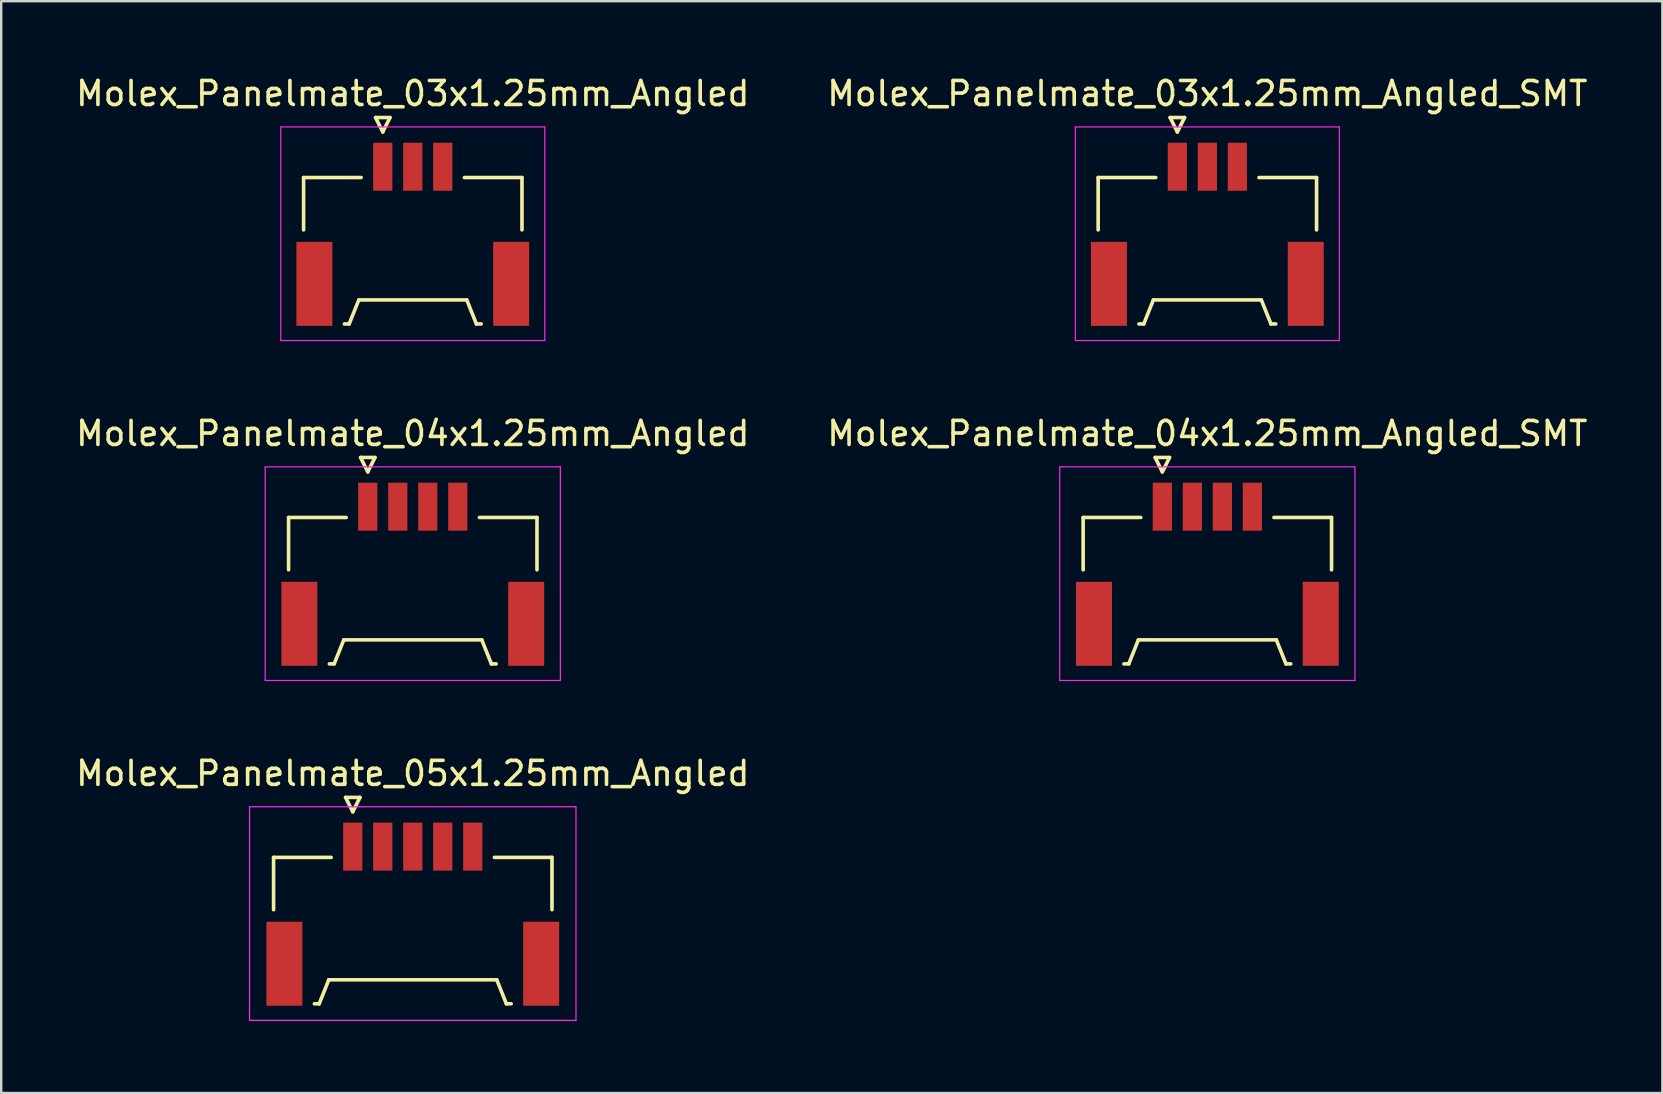
<source format=kicad_pcb>
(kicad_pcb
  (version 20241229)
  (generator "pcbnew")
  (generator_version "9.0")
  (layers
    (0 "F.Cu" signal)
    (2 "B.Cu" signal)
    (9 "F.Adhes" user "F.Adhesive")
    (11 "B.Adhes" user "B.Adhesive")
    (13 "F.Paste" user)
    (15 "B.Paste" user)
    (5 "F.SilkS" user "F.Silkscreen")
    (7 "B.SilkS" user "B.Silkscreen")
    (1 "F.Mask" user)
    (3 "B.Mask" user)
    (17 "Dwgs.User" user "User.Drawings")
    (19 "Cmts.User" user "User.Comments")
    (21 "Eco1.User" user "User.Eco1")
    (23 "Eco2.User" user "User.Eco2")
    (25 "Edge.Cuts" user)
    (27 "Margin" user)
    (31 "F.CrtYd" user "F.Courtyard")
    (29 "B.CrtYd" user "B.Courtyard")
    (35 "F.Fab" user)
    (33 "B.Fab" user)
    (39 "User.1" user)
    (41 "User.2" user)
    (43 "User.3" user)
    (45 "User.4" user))
  (footprint "Molex_Panelmate_03x1.25mm_Angled"
    (layer "F.Cu")
    (at 14.149 6.338)
    (property "Reference" "Molex_Panelmate_03x1.25mm_Angled" (at 0 -5.49 0) (layer "F.SilkS") (effects (font (size 1 1) (thickness 0.15))))
    (attr smd)
    (fp_line (start -4.55 -1.99) (end -4.55 0.19) (stroke (width 0.15) (type solid)) (layer "F.SilkS"))
    (fp_line (start -2.85 4.11) (end -2.65 4.11) (stroke (width 0.15) (type solid)) (layer "F.SilkS"))
    (fp_line (start -2.65 4.11) (end -2.25 3.11) (stroke (width 0.15) (type solid)) (layer "F.SilkS"))
    (fp_line (start -2.25 3.11) (end 2.25 3.11) (stroke (width 0.15) (type solid)) (layer "F.SilkS"))
    (fp_line (start -2.15 -1.99) (end -4.55 -1.99) (stroke (width 0.15) (type solid)) (layer "F.SilkS"))
    (fp_line (start -1.55 -4.49) (end -1.25 -3.89) (stroke (width 0.15) (type solid)) (layer "F.SilkS"))
    (fp_line (start -1.25 -3.89) (end -0.95 -4.49) (stroke (width 0.15) (type solid)) (layer "F.SilkS"))
    (fp_line (start -0.95 -4.49) (end -1.55 -4.49) (stroke (width 0.15) (type solid)) (layer "F.SilkS"))
    (fp_line (start 2.15 -1.99) (end 4.55 -1.99) (stroke (width 0.15) (type solid)) (layer "F.SilkS"))
    (fp_line (start 2.25 3.11) (end 2.65 4.11) (stroke (width 0.15) (type solid)) (layer "F.SilkS"))
    (fp_line (start 2.65 4.11) (end 2.85 4.11) (stroke (width 0.15) (type solid)) (layer "F.SilkS"))
    (fp_line (start 4.55 -1.99) (end 4.55 0.19) (stroke (width 0.15) (type solid)) (layer "F.SilkS"))
    (fp_line (start -5.5 -4.1) (end -5.5 4.8) (stroke (width 0.05) (type solid)) (layer "F.CrtYd"))
    (fp_line (start -5.5 4.8) (end 5.5 4.8) (stroke (width 0.05) (type solid)) (layer "F.CrtYd"))
    (fp_line (start 5.5 -4.1) (end -5.5 -4.1) (stroke (width 0.05) (type solid)) (layer "F.CrtYd"))
    (fp_line (start 5.5 4.8) (end 5.5 -4.1) (stroke (width 0.05) (type solid)) (layer "F.CrtYd"))
    (pad "" smd rect (at -4.1 2.44) (size 1.5 3.5) (layers "F.Cu" "F.Mask" "F.Paste"))
    (pad "" smd rect (at 4.1 2.44) (size 1.5 3.5) (layers "F.Cu" "F.Mask" "F.Paste"))
    (pad "1" smd rect (at -1.25 -2.44) (size 0.8 2) (layers "F.Cu" "F.Mask" "F.Paste"))
    (pad "2" smd rect (at 0 -2.44) (size 0.8 2) (layers "F.Cu" "F.Mask" "F.Paste"))
    (pad "3" smd rect (at 1.25 -2.44) (size 0.8 2) (layers "F.Cu" "F.Mask" "F.Paste")))
  (footprint "Molex_Panelmate_04x1.25mm_Angled"
    (layer "F.Cu")
    (at 14.149 20.502)
    (property "Reference" "Molex_Panelmate_04x1.25mm_Angled" (at 0 -5.49 0) (layer "F.SilkS") (effects (font (size 1 1) (thickness 0.15))))
    (attr smd)
    (fp_line (start -5.175 -1.99) (end -5.175 0.19) (stroke (width 0.15) (type solid)) (layer "F.SilkS"))
    (fp_line (start -3.475 4.11) (end -3.275 4.11) (stroke (width 0.15) (type solid)) (layer "F.SilkS"))
    (fp_line (start -3.275 4.11) (end -2.875 3.11) (stroke (width 0.15) (type solid)) (layer "F.SilkS"))
    (fp_line (start -2.875 3.11) (end 2.875 3.11) (stroke (width 0.15) (type solid)) (layer "F.SilkS"))
    (fp_line (start -2.775 -1.99) (end -5.175 -1.99) (stroke (width 0.15) (type solid)) (layer "F.SilkS"))
    (fp_line (start -2.175 -4.49) (end -1.875 -3.89) (stroke (width 0.15) (type solid)) (layer "F.SilkS"))
    (fp_line (start -1.875 -3.89) (end -1.575 -4.49) (stroke (width 0.15) (type solid)) (layer "F.SilkS"))
    (fp_line (start -1.575 -4.49) (end -2.175 -4.49) (stroke (width 0.15) (type solid)) (layer "F.SilkS"))
    (fp_line (start 2.775 -1.99) (end 5.175 -1.99) (stroke (width 0.15) (type solid)) (layer "F.SilkS"))
    (fp_line (start 2.875 3.11) (end 3.275 4.11) (stroke (width 0.15) (type solid)) (layer "F.SilkS"))
    (fp_line (start 3.275 4.11) (end 3.475 4.11) (stroke (width 0.15) (type solid)) (layer "F.SilkS"))
    (fp_line (start 5.175 -1.99) (end 5.175 0.19) (stroke (width 0.15) (type solid)) (layer "F.SilkS"))
    (fp_line (start -6.15 -4.1) (end -6.15 4.8) (stroke (width 0.05) (type solid)) (layer "F.CrtYd"))
    (fp_line (start -6.15 4.8) (end 6.15 4.8) (stroke (width 0.05) (type solid)) (layer "F.CrtYd"))
    (fp_line (start 6.15 -4.1) (end -6.15 -4.1) (stroke (width 0.05) (type solid)) (layer "F.CrtYd"))
    (fp_line (start 6.15 4.8) (end 6.15 -4.1) (stroke (width 0.05) (type solid)) (layer "F.CrtYd"))
    (pad "" smd rect (at -4.725 2.44) (size 1.5 3.5) (layers "F.Cu" "F.Mask" "F.Paste"))
    (pad "" smd rect (at 4.725 2.44) (size 1.5 3.5) (layers "F.Cu" "F.Mask" "F.Paste"))
    (pad "1" smd rect (at -1.875 -2.44) (size 0.8 2) (layers "F.Cu" "F.Mask" "F.Paste"))
    (pad "2" smd rect (at -0.625 -2.44) (size 0.8 2) (layers "F.Cu" "F.Mask" "F.Paste"))
    (pad "3" smd rect (at 0.625 -2.44) (size 0.8 2) (layers "F.Cu" "F.Mask" "F.Paste"))
    (pad "4" smd rect (at 1.875 -2.44) (size 0.8 2) (layers "F.Cu" "F.Mask" "F.Paste")))
  (footprint "Molex_Panelmate_05x1.25mm_Angled"
    (layer "F.Cu")
    (at 14.149 34.665)
    (property "Reference" "Molex_Panelmate_05x1.25mm_Angled" (at 0 -5.49 0) (layer "F.SilkS") (effects (font (size 1 1) (thickness 0.15))))
    (attr smd)
    (fp_line (start -5.8 -1.99) (end -5.8 0.19) (stroke (width 0.15) (type solid)) (layer "F.SilkS"))
    (fp_line (start -4.1 4.11) (end -3.9 4.11) (stroke (width 0.15) (type solid)) (layer "F.SilkS"))
    (fp_line (start -3.9 4.11) (end -3.5 3.11) (stroke (width 0.15) (type solid)) (layer "F.SilkS"))
    (fp_line (start -3.5 3.11) (end 3.5 3.11) (stroke (width 0.15) (type solid)) (layer "F.SilkS"))
    (fp_line (start -3.4 -1.99) (end -5.8 -1.99) (stroke (width 0.15) (type solid)) (layer "F.SilkS"))
    (fp_line (start -2.8 -4.49) (end -2.5 -3.89) (stroke (width 0.15) (type solid)) (layer "F.SilkS"))
    (fp_line (start -2.5 -3.89) (end -2.2 -4.49) (stroke (width 0.15) (type solid)) (layer "F.SilkS"))
    (fp_line (start -2.2 -4.49) (end -2.8 -4.49) (stroke (width 0.15) (type solid)) (layer "F.SilkS"))
    (fp_line (start 3.4 -1.99) (end 5.8 -1.99) (stroke (width 0.15) (type solid)) (layer "F.SilkS"))
    (fp_line (start 3.5 3.11) (end 3.9 4.11) (stroke (width 0.15) (type solid)) (layer "F.SilkS"))
    (fp_line (start 3.9 4.11) (end 4.1 4.11) (stroke (width 0.15) (type solid)) (layer "F.SilkS"))
    (fp_line (start 5.8 -1.99) (end 5.8 0.19) (stroke (width 0.15) (type solid)) (layer "F.SilkS"))
    (fp_line (start -6.8 -4.1) (end -6.8 4.8) (stroke (width 0.05) (type solid)) (layer "F.CrtYd"))
    (fp_line (start -6.8 4.8) (end 6.8 4.8) (stroke (width 0.05) (type solid)) (layer "F.CrtYd"))
    (fp_line (start 6.8 -4.1) (end -6.8 -4.1) (stroke (width 0.05) (type solid)) (layer "F.CrtYd"))
    (fp_line (start 6.8 4.8) (end 6.8 -4.1) (stroke (width 0.05) (type solid)) (layer "F.CrtYd"))
    (pad "" smd rect (at -5.35 2.44) (size 1.5 3.5) (layers "F.Cu" "F.Mask" "F.Paste"))
    (pad "" smd rect (at 5.35 2.44) (size 1.5 3.5) (layers "F.Cu" "F.Mask" "F.Paste"))
    (pad "1" smd rect (at -2.5 -2.44) (size 0.8 2) (layers "F.Cu" "F.Mask" "F.Paste"))
    (pad "2" smd rect (at -1.25 -2.44) (size 0.8 2) (layers "F.Cu" "F.Mask" "F.Paste"))
    (pad "3" smd rect (at 0 -2.44) (size 0.8 2) (layers "F.Cu" "F.Mask" "F.Paste"))
    (pad "4" smd rect (at 1.25 -2.44) (size 0.8 2) (layers "F.Cu" "F.Mask" "F.Paste"))
    (pad "5" smd rect (at 2.5 -2.44) (size 0.8 2) (layers "F.Cu" "F.Mask" "F.Paste")))
  (footprint "Molex_Panelmate_04x1.25mm_Angled_SMT"
    (layer "F.Cu")
    (at 47.256 20.502)
    (property "Reference" "Molex_Panelmate_04x1.25mm_Angled_SMT" (at 0 -5.49 0) (layer "F.SilkS") (effects (font (size 1 1) (thickness 0.15))))
    (attr smd)
    (fp_line (start -5.175 -1.99) (end -5.175 0.19) (stroke (width 0.15) (type solid)) (layer "F.SilkS"))
    (fp_line (start -3.475 4.11) (end -3.275 4.11) (stroke (width 0.15) (type solid)) (layer "F.SilkS"))
    (fp_line (start -3.275 4.11) (end -2.875 3.11) (stroke (width 0.15) (type solid)) (layer "F.SilkS"))
    (fp_line (start -2.875 3.11) (end 2.875 3.11) (stroke (width 0.15) (type solid)) (layer "F.SilkS"))
    (fp_line (start -2.775 -1.99) (end -5.175 -1.99) (stroke (width 0.15) (type solid)) (layer "F.SilkS"))
    (fp_line (start -2.175 -4.49) (end -1.875 -3.89) (stroke (width 0.15) (type solid)) (layer "F.SilkS"))
    (fp_line (start -1.875 -3.89) (end -1.575 -4.49) (stroke (width 0.15) (type solid)) (layer "F.SilkS"))
    (fp_line (start -1.575 -4.49) (end -2.175 -4.49) (stroke (width 0.15) (type solid)) (layer "F.SilkS"))
    (fp_line (start 2.775 -1.99) (end 5.175 -1.99) (stroke (width 0.15) (type solid)) (layer "F.SilkS"))
    (fp_line (start 2.875 3.11) (end 3.275 4.11) (stroke (width 0.15) (type solid)) (layer "F.SilkS"))
    (fp_line (start 3.275 4.11) (end 3.475 4.11) (stroke (width 0.15) (type solid)) (layer "F.SilkS"))
    (fp_line (start 5.175 -1.99) (end 5.175 0.19) (stroke (width 0.15) (type solid)) (layer "F.SilkS"))
    (fp_line (start -6.15 -4.1) (end -6.15 4.8) (stroke (width 0.05) (type solid)) (layer "F.CrtYd"))
    (fp_line (start -6.15 4.8) (end 6.15 4.8) (stroke (width 0.05) (type solid)) (layer "F.CrtYd"))
    (fp_line (start 6.15 -4.1) (end -6.15 -4.1) (stroke (width 0.05) (type solid)) (layer "F.CrtYd"))
    (fp_line (start 6.15 4.8) (end 6.15 -4.1) (stroke (width 0.05) (type solid)) (layer "F.CrtYd"))
    (pad "" smd rect (at -4.725 2.44) (size 1.5 3.5) (layers "F.Cu" "F.Mask" "F.Paste"))
    (pad "" smd rect (at 4.725 2.44) (size 1.5 3.5) (layers "F.Cu" "F.Mask" "F.Paste"))
    (pad "1" smd rect (at -1.875 -2.44) (size 0.8 2) (layers "F.Cu" "F.Mask" "F.Paste"))
    (pad "2" smd rect (at -0.625 -2.44) (size 0.8 2) (layers "F.Cu" "F.Mask" "F.Paste"))
    (pad "3" smd rect (at 0.625 -2.44) (size 0.8 2) (layers "F.Cu" "F.Mask" "F.Paste"))
    (pad "4" smd rect (at 1.875 -2.44) (size 0.8 2) (layers "F.Cu" "F.Mask" "F.Paste")))
  (footprint "Molex_Panelmate_03x1.25mm_Angled_SMT"
    (layer "F.Cu")
    (at 47.256 6.338)
    (property "Reference" "Molex_Panelmate_03x1.25mm_Angled_SMT" (at 0 -5.49 0) (layer "F.SilkS") (effects (font (size 1 1) (thickness 0.15))))
    (attr smd)
    (fp_line (start -4.55 -1.99) (end -4.55 0.19) (stroke (width 0.15) (type solid)) (layer "F.SilkS"))
    (fp_line (start -2.85 4.11) (end -2.65 4.11) (stroke (width 0.15) (type solid)) (layer "F.SilkS"))
    (fp_line (start -2.65 4.11) (end -2.25 3.11) (stroke (width 0.15) (type solid)) (layer "F.SilkS"))
    (fp_line (start -2.25 3.11) (end 2.25 3.11) (stroke (width 0.15) (type solid)) (layer "F.SilkS"))
    (fp_line (start -2.15 -1.99) (end -4.55 -1.99) (stroke (width 0.15) (type solid)) (layer "F.SilkS"))
    (fp_line (start -1.55 -4.49) (end -1.25 -3.89) (stroke (width 0.15) (type solid)) (layer "F.SilkS"))
    (fp_line (start -1.25 -3.89) (end -0.95 -4.49) (stroke (width 0.15) (type solid)) (layer "F.SilkS"))
    (fp_line (start -0.95 -4.49) (end -1.55 -4.49) (stroke (width 0.15) (type solid)) (layer "F.SilkS"))
    (fp_line (start 2.15 -1.99) (end 4.55 -1.99) (stroke (width 0.15) (type solid)) (layer "F.SilkS"))
    (fp_line (start 2.25 3.11) (end 2.65 4.11) (stroke (width 0.15) (type solid)) (layer "F.SilkS"))
    (fp_line (start 2.65 4.11) (end 2.85 4.11) (stroke (width 0.15) (type solid)) (layer "F.SilkS"))
    (fp_line (start 4.55 -1.99) (end 4.55 0.19) (stroke (width 0.15) (type solid)) (layer "F.SilkS"))
    (fp_line (start -5.5 -4.1) (end -5.5 4.8) (stroke (width 0.05) (type solid)) (layer "F.CrtYd"))
    (fp_line (start -5.5 4.8) (end 5.5 4.8) (stroke (width 0.05) (type solid)) (layer "F.CrtYd"))
    (fp_line (start 5.5 -4.1) (end -5.5 -4.1) (stroke (width 0.05) (type solid)) (layer "F.CrtYd"))
    (fp_line (start 5.5 4.8) (end 5.5 -4.1) (stroke (width 0.05) (type solid)) (layer "F.CrtYd"))
    (pad "" smd rect (at -4.1 2.44) (size 1.5 3.5) (layers "F.Cu" "F.Mask" "F.Paste"))
    (pad "" smd rect (at 4.1 2.44) (size 1.5 3.5) (layers "F.Cu" "F.Mask" "F.Paste"))
    (pad "1" smd rect (at -1.25 -2.44) (size 0.8 2) (layers "F.Cu" "F.Mask" "F.Paste"))
    (pad "2" smd rect (at 0 -2.44) (size 0.8 2) (layers "F.Cu" "F.Mask" "F.Paste"))
    (pad "3" smd rect (at 1.25 -2.44) (size 0.8 2) (layers "F.Cu" "F.Mask" "F.Paste")))
  (gr_rect
    (start -3 -3)
    (end 66.214 42.49)
    (stroke (width 0.1) (type default))
    (fill no)
    (layer "Edge.Cuts")))
</source>
